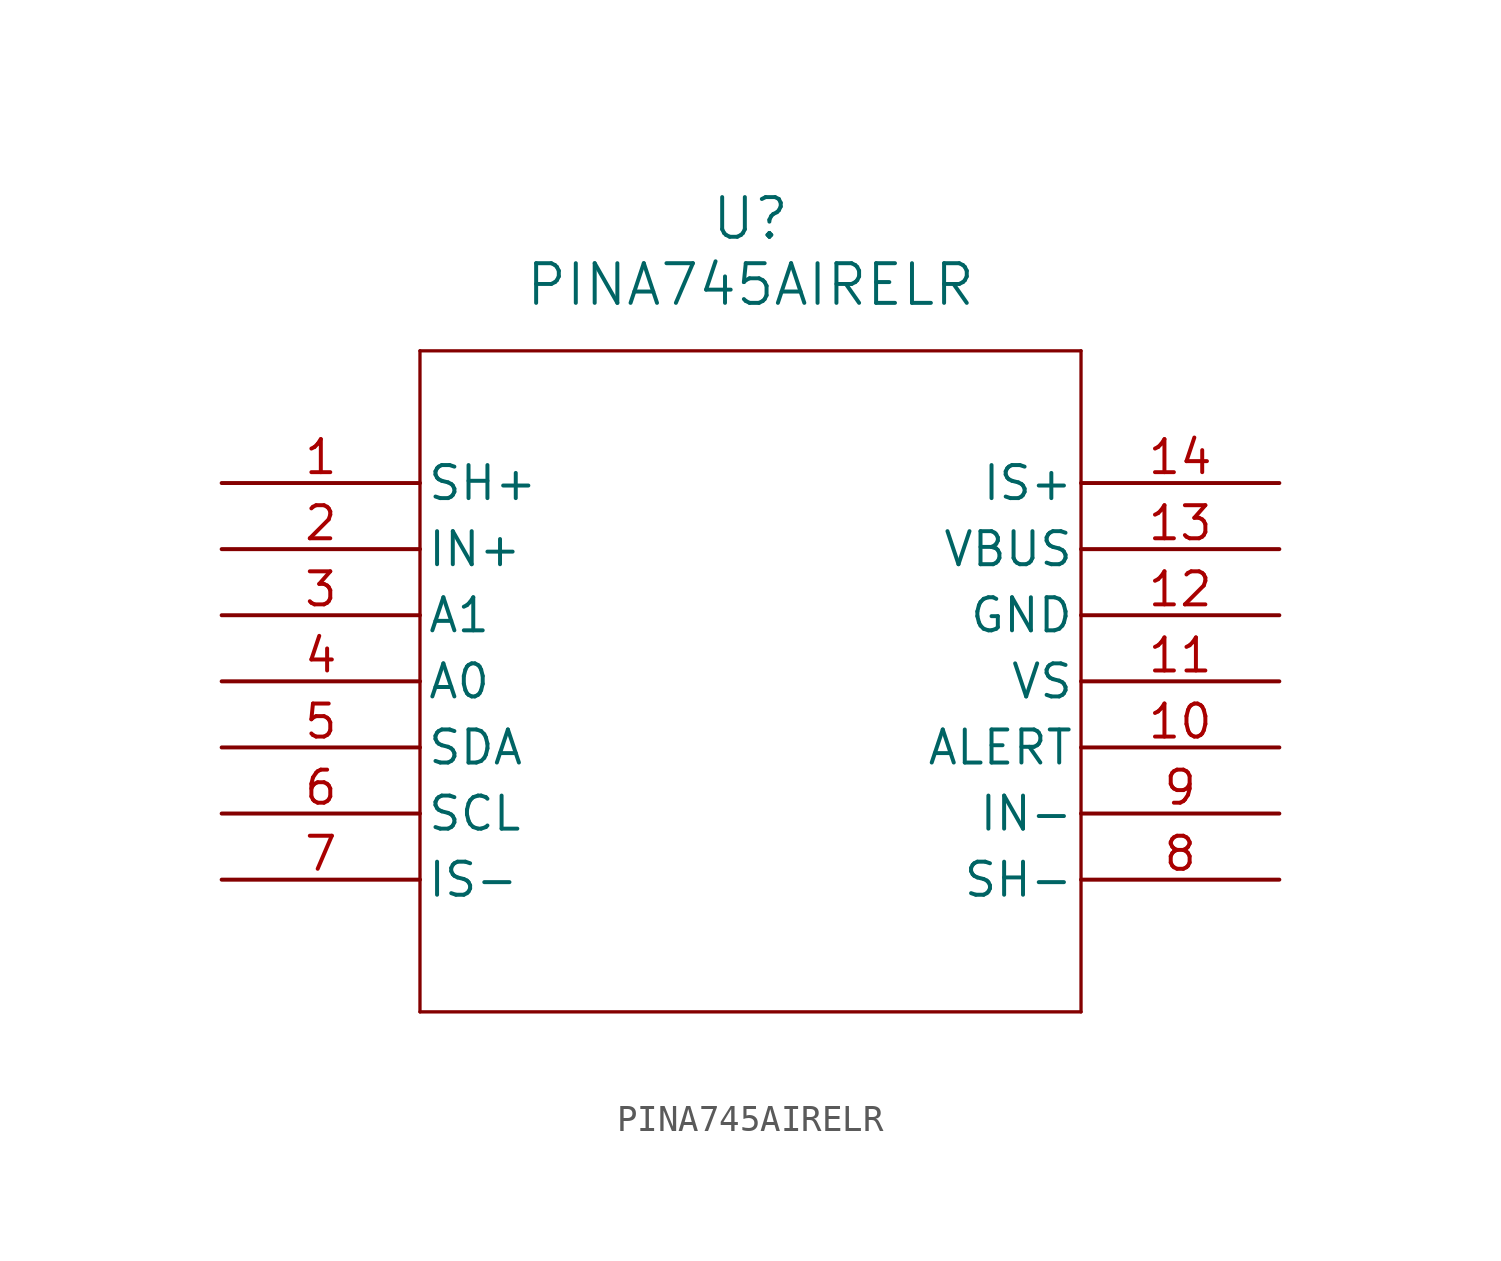
<source format=kicad_sym>
(kicad_symbol_lib
  (version 20241209)
  (generator "kicad_symbol_editor")
  (generator_version "9.0")
  (symbol "PINA745AIRELR"
    (pin_names
      (offset 0.254))
    (property "Reference" "U"
      (at 20.32 10.16 0)
      (effects (font (size 1.524 1.524))))
    (property "Value" "PINA745AIRELR"
      (at 20.32 7.62 0)
      (effects (font (size 1.524 1.524))))
    (property "ki_locked" ""
      (at 0 0 0)
      (effects (font (size 1.27 1.27))))
    (symbol "PINA745AIRELR_0_1"
      (polyline (pts (xy 7.62 5.08) (xy 7.62 -20.32)) (stroke (width 0.127) (type default)) (fill (type none)))
      (polyline (pts (xy 7.62 -20.32) (xy 33.02 -20.32)) (stroke (width 0.127) (type default)) (fill (type none)))
      (polyline (pts (xy 33.02 5.08) (xy 7.62 5.08)) (stroke (width 0.127) (type default)) (fill (type none)))
      (polyline (pts (xy 33.02 -20.32) (xy 33.02 5.08)) (stroke (width 0.127) (type default)) (fill (type none))))
    (symbol "PINA745AIRELR_1_1"
      (pin output line (at 0 0 0) (length 7.62) (name "SH+" (effects (font (size 1.27 1.27)))) (number "1" (effects (font (size 1.27 1.27)))))
      (pin input line (at 0 -2.54 0) (length 7.62) (name "IN+" (effects (font (size 1.27 1.27)))) (number "2" (effects (font (size 1.27 1.27)))))
      (pin input line (at 0 -5.08 0) (length 7.62) (name "A1" (effects (font (size 1.27 1.27)))) (number "3" (effects (font (size 1.27 1.27)))))
      (pin input line (at 0 -7.62 0) (length 7.62) (name "A0" (effects (font (size 1.27 1.27)))) (number "4" (effects (font (size 1.27 1.27)))))
      (pin bidirectional line (at 0 -10.16 0) (length 7.62) (name "SDA" (effects (font (size 1.27 1.27)))) (number "5" (effects (font (size 1.27 1.27)))))
      (pin input line (at 0 -12.7 0) (length 7.62) (name "SCL" (effects (font (size 1.27 1.27)))) (number "6" (effects (font (size 1.27 1.27)))))
      (pin input line (at 0 -15.24 0) (length 7.62) (name "IS-" (effects (font (size 1.27 1.27)))) (number "7" (effects (font (size 1.27 1.27)))))
      (pin input line (at 40.64 0 180) (length 7.62) (name "IS+" (effects (font (size 1.27 1.27)))) (number "14" (effects (font (size 1.27 1.27)))))
      (pin input line (at 40.64 -2.54 180) (length 7.62) (name "VBUS" (effects (font (size 1.27 1.27)))) (number "13" (effects (font (size 1.27 1.27)))))
      (pin power_in line (at 40.64 -5.08 180) (length 7.62) (name "GND" (effects (font (size 1.27 1.27)))) (number "12" (effects (font (size 1.27 1.27)))))
      (pin power_in line (at 40.64 -7.62 180) (length 7.62) (name "VS" (effects (font (size 1.27 1.27)))) (number "11" (effects (font (size 1.27 1.27)))))
      (pin open_collector line (at 40.64 -10.16 180) (length 7.62) (name "ALERT" (effects (font (size 1.27 1.27)))) (number "10" (effects (font (size 1.27 1.27)))))
      (pin input line (at 40.64 -12.7 180) (length 7.62) (name "IN-" (effects (font (size 1.27 1.27)))) (number "9" (effects (font (size 1.27 1.27)))))
      (pin output line (at 40.64 -15.24 180) (length 7.62) (name "SH-" (effects (font (size 1.27 1.27)))) (number "8" (effects (font (size 1.27 1.27))))))))
</source>
